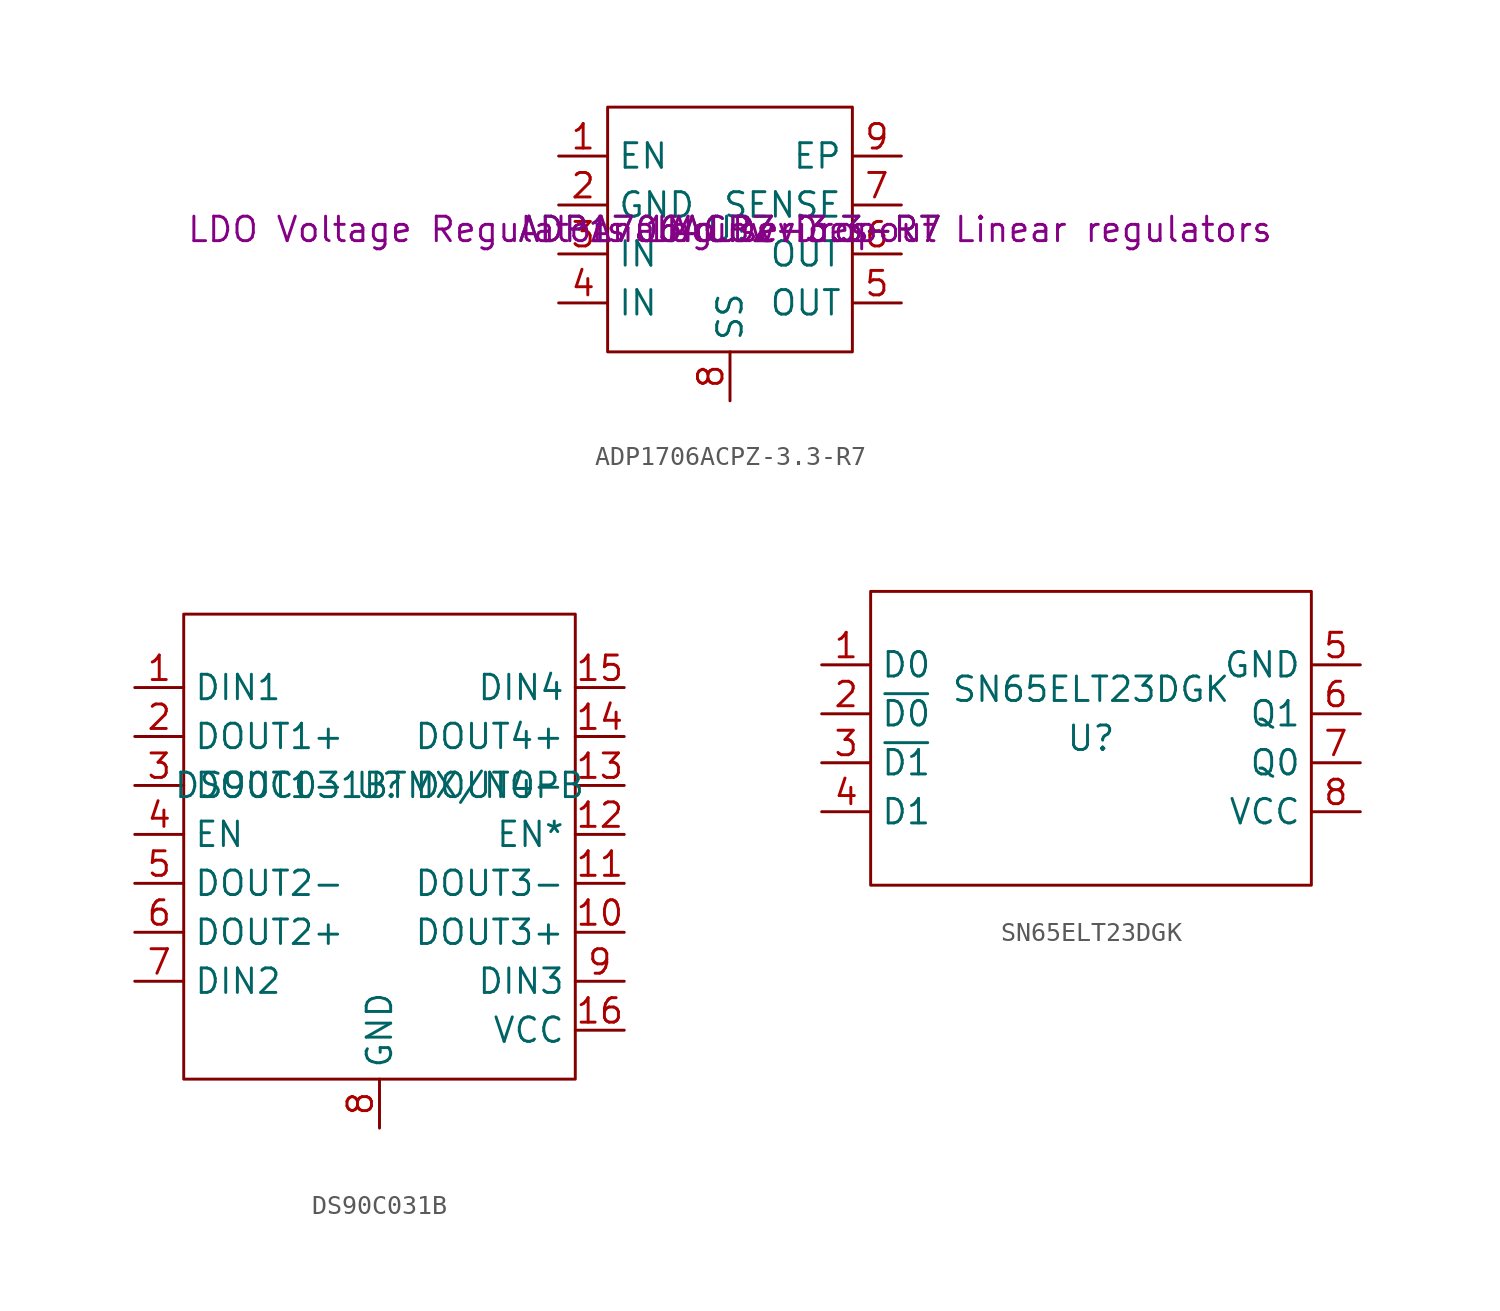
<source format=kicad_sym>
(kicad_symbol_lib
  (version 20220914)
  (generator kicad_symbol_editor)
  (symbol "ADP1706ACPZ-3.3-R7"
    (property "Reference" "U"
      (at 0 0 0)
      (effects (font (size 1.27 1.27))))
    (property "Value" "ADP1706ACPZ-3.3-R7"
      (at 0 0 0)
      (effects (font (size 1.27 1.27))))
    (property "Description" "LDO Voltage Regulators 1A Low Dropout Linear regulators"
      (at 0 0 0)
      (effects (font (size 1.27 1.27))))
    (property "Part" "ADP1706ACPZ-3.3-R7"
      (at 0 0 0)
      (effects (font (size 1.27 1.27))))
    (property "Dis" "Mouser"
      (at 0 0 0)
      (effects (font (size 1.27 1.27))))
    (property "Man" "Analog Devices"
      (at 0 0 0)
      (effects (font (size 1.27 1.27))))
    (symbol "ADP1706ACPZ-3.3-R7_0_1"
      (rectangle (start -6.35 6.35) (end 6.35 -6.35) (stroke (width 0) (type default)) (fill (type none))))
    (symbol "ADP1706ACPZ-3.3-R7_1_1"
      (pin input line (at -8.89 3.81 0) (length 2.54) (name "EN" (effects (font (size 1.27 1.27)))) (number "1" (effects (font (size 1.27 1.27)))))
      (pin power_in line (at -8.89 1.27 0) (length 2.54) (name "GND" (effects (font (size 1.27 1.27)))) (number "2" (effects (font (size 1.27 1.27)))))
      (pin power_in line (at -8.89 -1.27 0) (length 2.54) (name "IN" (effects (font (size 1.27 1.27)))) (number "3" (effects (font (size 1.27 1.27)))))
      (pin power_in line (at -8.89 -3.81 0) (length 2.54) (name "IN" (effects (font (size 1.27 1.27)))) (number "4" (effects (font (size 1.27 1.27)))))
      (pin input line (at 8.89 -3.81 180) (length 2.54) (name "OUT" (effects (font (size 1.27 1.27)))) (number "5" (effects (font (size 1.27 1.27)))))
      (pin input line (at 8.89 -1.27 180) (length 2.54) (name "OUT" (effects (font (size 1.27 1.27)))) (number "6" (effects (font (size 1.27 1.27)))))
      (pin input line (at 8.89 1.27 180) (length 2.54) (name "SENSE" (effects (font (size 1.27 1.27)))) (number "7" (effects (font (size 1.27 1.27)))))
      (pin input line (at 0 -8.89 90) (length 2.54) (name "SS" (effects (font (size 1.27 1.27)))) (number "8" (effects (font (size 1.27 1.27)))))
      (pin power_in line (at 8.89 3.81 180) (length 2.54) (name "EP" (effects (font (size 1.27 1.27)))) (number "9" (effects (font (size 1.27 1.27)))))))
  (symbol "DS90C031B"
    (property "Reference" "U"
      (at 0 0 0)
      (effects (font (size 1.27 1.27))))
    (property "Value" "DS90C031BTMX/NOPB"
      (at 0 0 0)
      (effects (font (size 1.27 1.27))))
    (symbol "DS90C031B_0_1"
      (rectangle (start -10.16 8.89) (end 10.16 -15.24) (stroke (width 0) (type default)) (fill (type none))))
    (symbol "DS90C031B_1_1"
      (pin passive line (at -12.7 5.08 0) (length 2.54) (name "DIN1" (effects (font (size 1.27 1.27)))) (number "1" (effects (font (size 1.27 1.27)))))
      (pin passive line (at 12.7 -7.62 180) (length 2.54) (name "DOUT3+" (effects (font (size 1.27 1.27)))) (number "10" (effects (font (size 1.27 1.27)))))
      (pin passive line (at 12.7 -5.08 180) (length 2.54) (name "DOUT3-" (effects (font (size 1.27 1.27)))) (number "11" (effects (font (size 1.27 1.27)))))
      (pin passive line (at 12.7 -2.54 180) (length 2.54) (name "EN*" (effects (font (size 1.27 1.27)))) (number "12" (effects (font (size 1.27 1.27)))))
      (pin passive line (at 12.7 0 180) (length 2.54) (name "DOUT4-" (effects (font (size 1.27 1.27)))) (number "13" (effects (font (size 1.27 1.27)))))
      (pin passive line (at 12.7 2.54 180) (length 2.54) (name "DOUT4+" (effects (font (size 1.27 1.27)))) (number "14" (effects (font (size 1.27 1.27)))))
      (pin passive line (at 12.7 5.08 180) (length 2.54) (name "DIN4" (effects (font (size 1.27 1.27)))) (number "15" (effects (font (size 1.27 1.27)))))
      (pin passive line (at 12.7 -12.7 180) (length 2.54) (name "VCC" (effects (font (size 1.27 1.27)))) (number "16" (effects (font (size 1.27 1.27)))))
      (pin passive line (at -12.7 2.54 0) (length 2.54) (name "DOUT1+" (effects (font (size 1.27 1.27)))) (number "2" (effects (font (size 1.27 1.27)))))
      (pin passive line (at -12.7 0 0) (length 2.54) (name "DOUT1-" (effects (font (size 1.27 1.27)))) (number "3" (effects (font (size 1.27 1.27)))))
      (pin passive line (at -12.7 -2.54 0) (length 2.54) (name "EN" (effects (font (size 1.27 1.27)))) (number "4" (effects (font (size 1.27 1.27)))))
      (pin passive line (at -12.7 -5.08 0) (length 2.54) (name "DOUT2-" (effects (font (size 1.27 1.27)))) (number "5" (effects (font (size 1.27 1.27)))))
      (pin passive line (at -12.7 -7.62 0) (length 2.54) (name "DOUT2+" (effects (font (size 1.27 1.27)))) (number "6" (effects (font (size 1.27 1.27)))))
      (pin passive line (at -12.7 -10.16 0) (length 2.54) (name "DIN2" (effects (font (size 1.27 1.27)))) (number "7" (effects (font (size 1.27 1.27)))))
      (pin passive line (at 0 -17.78 90) (length 2.54) (name "GND" (effects (font (size 1.27 1.27)))) (number "8" (effects (font (size 1.27 1.27)))))
      (pin passive line (at 12.7 -10.16 180) (length 2.54) (name "DIN3" (effects (font (size 1.27 1.27)))) (number "9" (effects (font (size 1.27 1.27)))))))
  (symbol "SN65ELT23DGK"
    (property "Reference" "U"
      (at 0 -1.27 0)
      (effects (font (size 1.27 1.27))))
    (property "Value" "SN65ELT23DGK"
      (at 0 1.27 0)
      (effects (font (size 1.27 1.27))))
    (symbol "SN65ELT23DGK_0_0"
      (pin input line (at -13.97 2.54 0) (length 2.54) (name "D0" (effects (font (size 1.27 1.27)))) (number "1" (effects (font (size 1.27 1.27)))))
      (pin input line (at -13.97 0 0) (length 2.54) (name "~{D0}" (effects (font (size 1.27 1.27)))) (number "2" (effects (font (size 1.27 1.27)))))
      (pin input line (at -13.97 -2.54 0) (length 2.54) (name "~{D1}" (effects (font (size 1.27 1.27)))) (number "3" (effects (font (size 1.27 1.27)))))
      (pin input line (at -13.97 -5.08 0) (length 2.54) (name "D1" (effects (font (size 1.27 1.27)))) (number "4" (effects (font (size 1.27 1.27)))))
      (pin power_in line (at 13.97 2.54 180) (length 2.54) (name "GND" (effects (font (size 1.27 1.27)))) (number "5" (effects (font (size 1.27 1.27)))))
      (pin output line (at 13.97 0 180) (length 2.54) (name "Q1" (effects (font (size 1.27 1.27)))) (number "6" (effects (font (size 1.27 1.27)))))
      (pin output line (at 13.97 -2.54 180) (length 2.54) (name "Q0" (effects (font (size 1.27 1.27)))) (number "7" (effects (font (size 1.27 1.27)))))
      (pin power_in line (at 13.97 -5.08 180) (length 2.54) (name "VCC" (effects (font (size 1.27 1.27)))) (number "8" (effects (font (size 1.27 1.27))))))
    (symbol "SN65ELT23DGK_0_1"
      (rectangle (start -11.43 6.35) (end 11.43 -8.89) (stroke (width 0) (type default)) (fill (type none))))))
</source>
